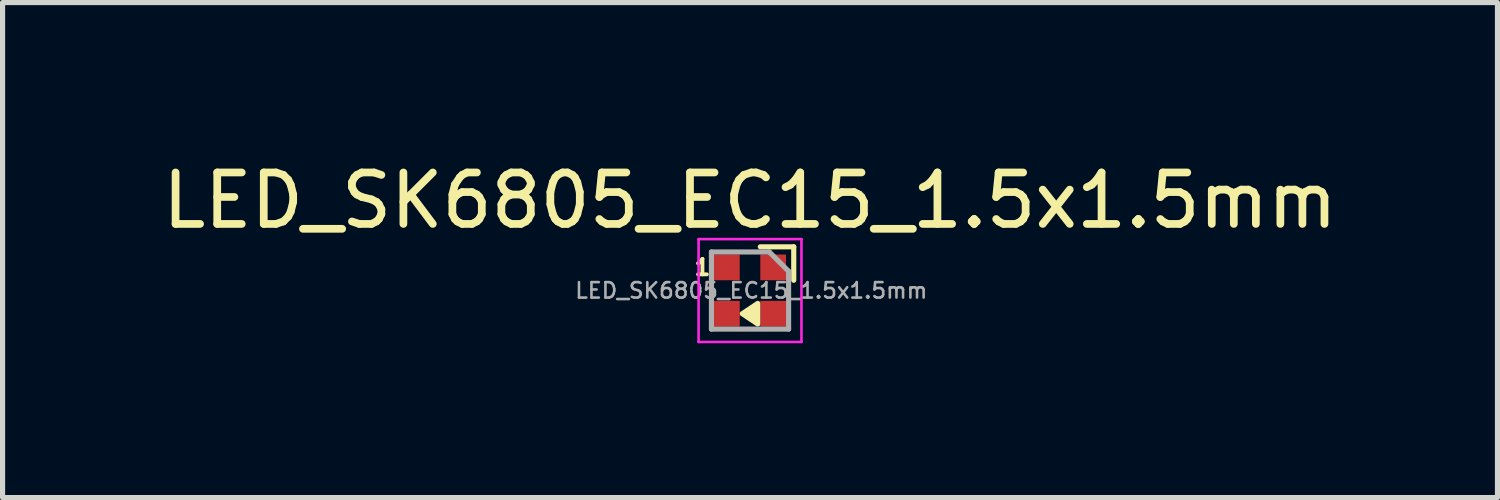
<source format=kicad_pcb>
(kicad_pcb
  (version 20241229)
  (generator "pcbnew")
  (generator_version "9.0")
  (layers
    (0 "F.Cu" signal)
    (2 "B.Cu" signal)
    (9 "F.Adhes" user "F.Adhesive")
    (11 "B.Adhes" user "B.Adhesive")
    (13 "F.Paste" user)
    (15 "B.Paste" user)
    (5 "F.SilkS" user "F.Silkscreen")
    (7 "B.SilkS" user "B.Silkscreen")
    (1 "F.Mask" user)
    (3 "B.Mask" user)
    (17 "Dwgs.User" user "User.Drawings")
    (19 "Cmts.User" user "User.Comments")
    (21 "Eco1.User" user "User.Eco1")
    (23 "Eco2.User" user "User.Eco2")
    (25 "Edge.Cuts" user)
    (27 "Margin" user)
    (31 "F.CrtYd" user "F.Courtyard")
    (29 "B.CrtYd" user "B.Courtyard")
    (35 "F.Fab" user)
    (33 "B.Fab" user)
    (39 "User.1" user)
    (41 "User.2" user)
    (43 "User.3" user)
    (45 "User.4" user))
  (footprint "LED_SK6805_EC15_1.5x1.5mm"
    (layer "F.Cu")
    (at 11.53 2.598)
    (property "Reference" "LED_SK6805_EC15_1.5x1.5mm" (at 0 -1.75 0) (layer "F.SilkS") (effects (font (size 1 1) (thickness 0.15))))
    (attr smd)
    (fp_line (start 0.85 -0.85) (end 0.2 -0.85) (stroke (width 0.1) (type solid)) (layer "F.SilkS"))
    (fp_line (start 0.85 -0.2) (end 0.85 -0.85) (stroke (width 0.1) (type solid)) (layer "F.SilkS"))
    (fp_poly (pts (xy 0.15 0.25) (xy -0.15 0.45) (xy 0.15 0.65)) (stroke (width 0.1) (type solid)) (fill yes) (layer "F.SilkS"))
    (fp_line (start -1 -1) (end 1 -1) (stroke (width 0.05) (type solid)) (layer "F.CrtYd"))
    (fp_line (start -1 1) (end -1 -1) (stroke (width 0.05) (type solid)) (layer "F.CrtYd"))
    (fp_line (start 1 -1) (end 1 1) (stroke (width 0.05) (type solid)) (layer "F.CrtYd"))
    (fp_line (start 1 1) (end -1 1) (stroke (width 0.05) (type solid)) (layer "F.CrtYd"))
    (fp_line (start -0.75 -0.75) (end 0.375 -0.75) (stroke (width 0.1) (type solid)) (layer "F.Fab"))
    (fp_line (start -0.75 0.75) (end -0.75 -0.75) (stroke (width 0.1) (type solid)) (layer "F.Fab"))
    (fp_line (start 0.375 -0.75) (end 0.75 -0.375) (stroke (width 0.1) (type solid)) (layer "F.Fab"))
    (fp_line (start 0.75 -0.375) (end 0.75 0.75) (stroke (width 0.1) (type solid)) (layer "F.Fab"))
    (fp_line (start 0.75 0.75) (end -0.75 0.75) (stroke (width 0.1) (type solid)) (layer "F.Fab"))
    (fp_text user "1" (at -0.925 -0.45 0) (layer "F.SilkS") (effects (font (size 0.3 0.3) (thickness 0.075))))
    (fp_text user "${REFERENCE}" (at 0.025 0 0) (layer "F.Fab") (effects (font (size 0.3 0.3) (thickness 0.05))))
    (pad "1" smd rect (at -0.45 -0.45) (size 0.5 0.5) (layers "F.Cu" "F.Mask" "F.Paste"))
    (pad "2" smd rect (at -0.45 0.45) (size 0.5 0.5) (layers "F.Cu" "F.Mask" "F.Paste"))
    (pad "3" smd rect (at 0.45 0.45) (size 0.5 0.5) (layers "F.Cu" "F.Mask" "F.Paste"))
    (pad "4" smd rect (at 0.45 -0.45) (size 0.5 0.5) (layers "F.Cu" "F.Mask" "F.Paste")))
  (gr_rect
    (start -3 -3)
    (end 26.06 6.623)
    (stroke (width 0.1) (type default))
    (fill no)
    (layer "Edge.Cuts")))
</source>
